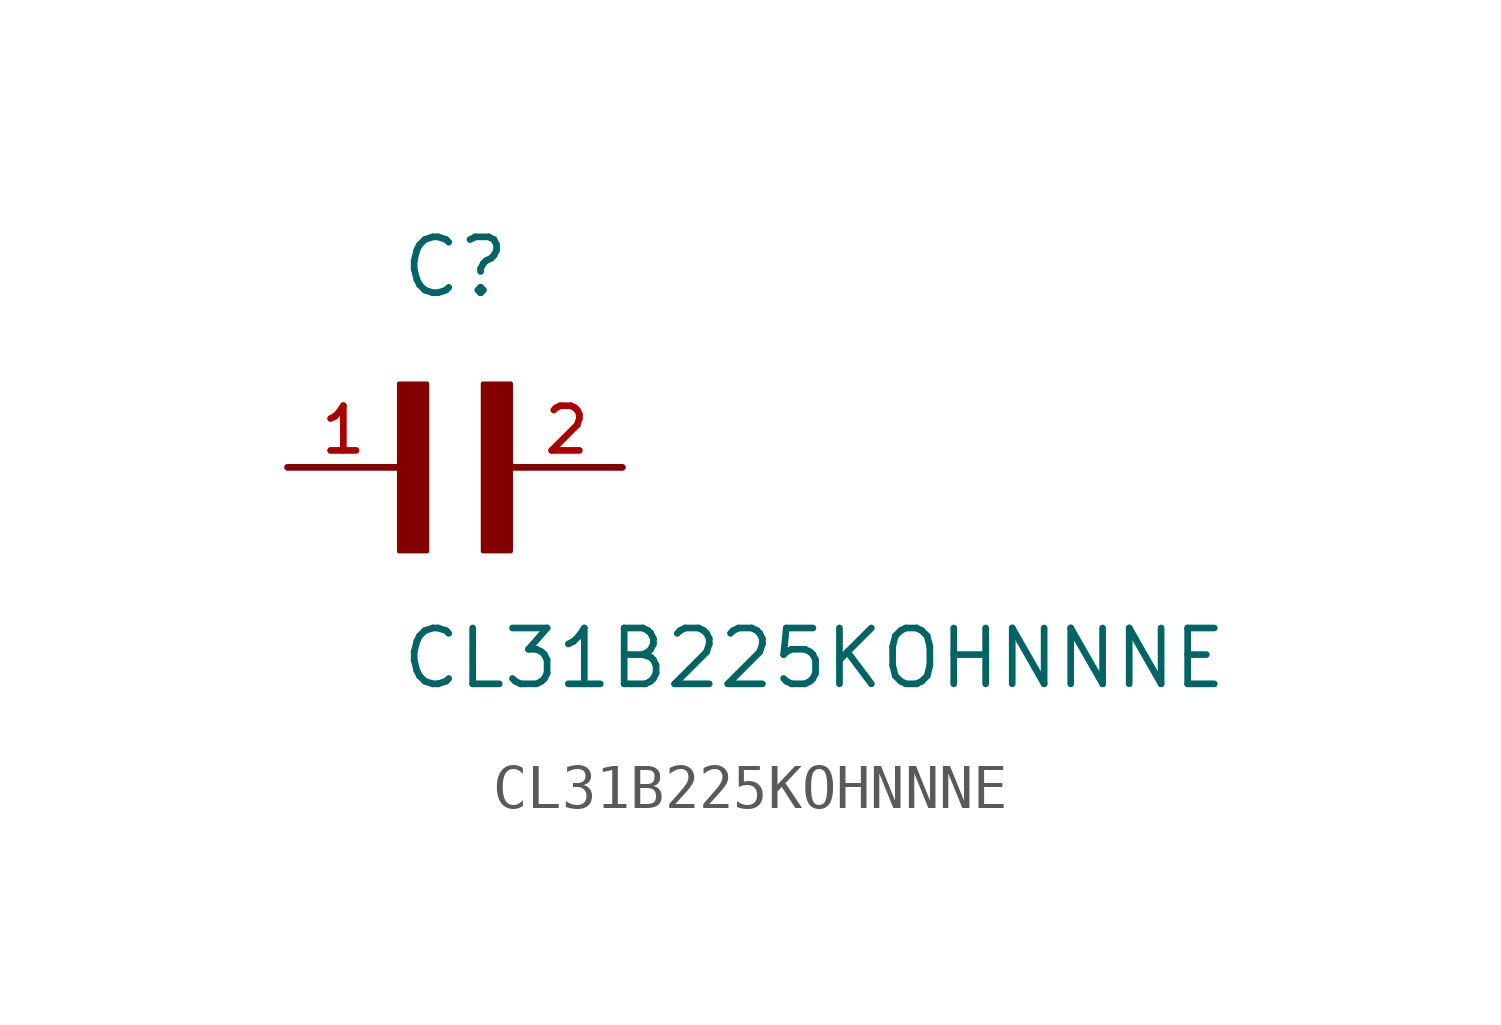
<source format=kicad_sym>
(kicad_symbol_lib
  (version 20211014)
  (generator kicad_symbol_editor)
  (symbol "CL31B225KOHNNNE"
    (pin_names
      (offset 1.016))
    (property "Reference" "C"
      (at 0.0 3.811 0)
      (effects (font (size 1.27 1.27)) (justify bottom left)))
    (property "Value" "CL31B225KOHNNNE"
      (at 0.0 -5.088 0)
      (effects (font (size 1.27 1.27)) (justify bottom left)))
    (symbol "CL31B225KOHNNNE_0_0"
      (rectangle (start 0.0 -1.907) (end 0.635 1.905) (stroke (width 0.1)) (fill (type outline)))
      (rectangle (start 1.907 -1.907) (end 2.54 1.905) (stroke (width 0.1)) (fill (type outline)))
      (pin passive line (at -2.54 0.0 0) (length 2.54) (name "~" (effects (font (size 1.016 1.016)))) (number "1" (effects (font (size 1.016 1.016)))))
      (pin passive line (at 5.08 0.0 180.0) (length 2.54) (name "~" (effects (font (size 1.016 1.016)))) (number "2" (effects (font (size 1.016 1.016))))))))
</source>
